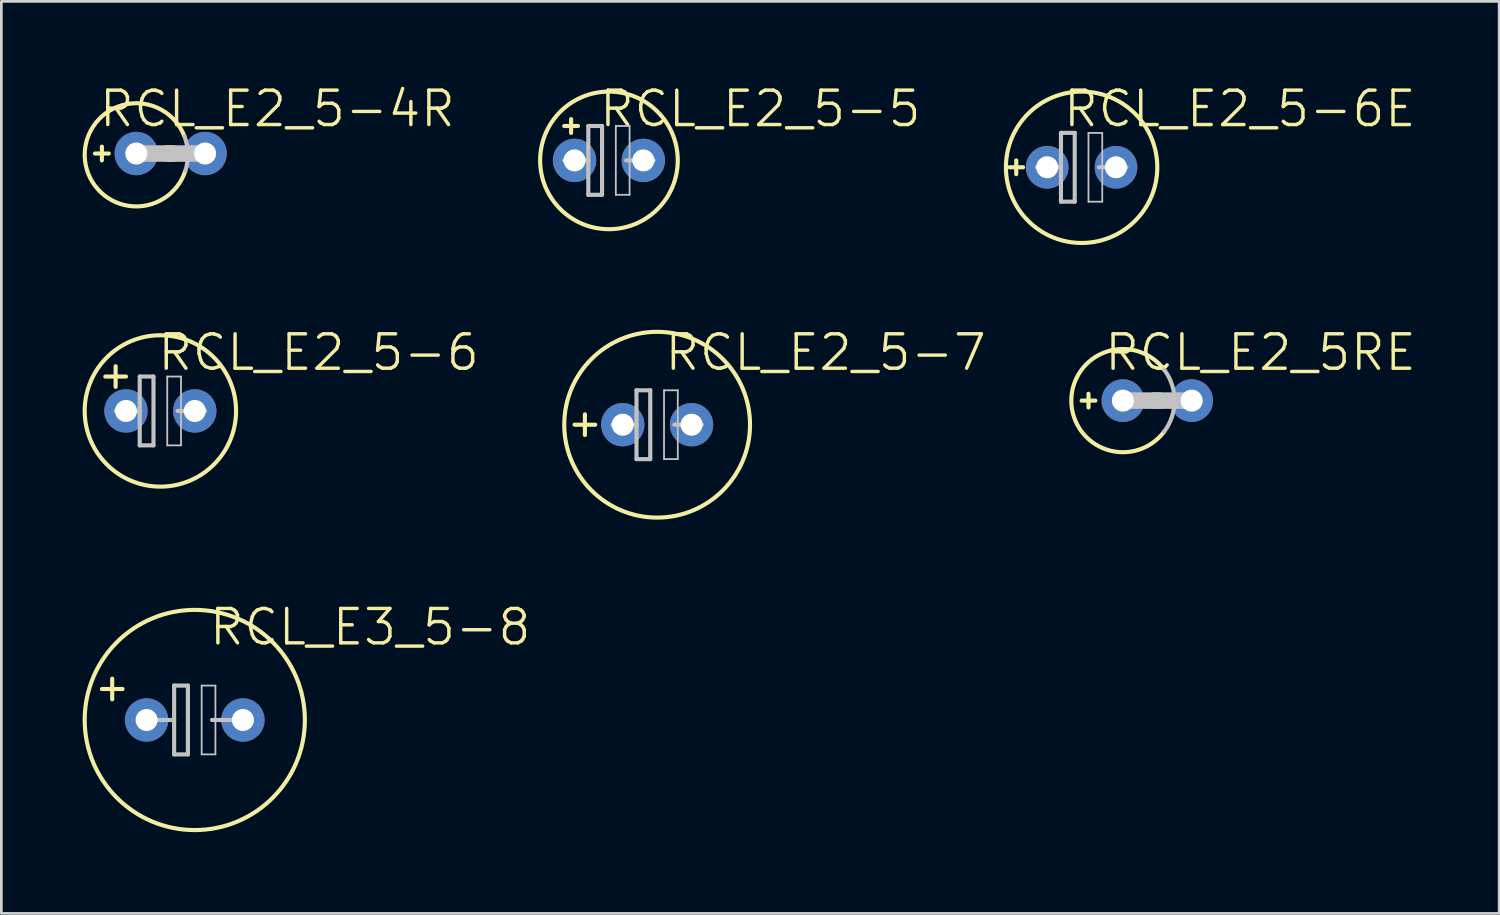
<source format=kicad_pcb>
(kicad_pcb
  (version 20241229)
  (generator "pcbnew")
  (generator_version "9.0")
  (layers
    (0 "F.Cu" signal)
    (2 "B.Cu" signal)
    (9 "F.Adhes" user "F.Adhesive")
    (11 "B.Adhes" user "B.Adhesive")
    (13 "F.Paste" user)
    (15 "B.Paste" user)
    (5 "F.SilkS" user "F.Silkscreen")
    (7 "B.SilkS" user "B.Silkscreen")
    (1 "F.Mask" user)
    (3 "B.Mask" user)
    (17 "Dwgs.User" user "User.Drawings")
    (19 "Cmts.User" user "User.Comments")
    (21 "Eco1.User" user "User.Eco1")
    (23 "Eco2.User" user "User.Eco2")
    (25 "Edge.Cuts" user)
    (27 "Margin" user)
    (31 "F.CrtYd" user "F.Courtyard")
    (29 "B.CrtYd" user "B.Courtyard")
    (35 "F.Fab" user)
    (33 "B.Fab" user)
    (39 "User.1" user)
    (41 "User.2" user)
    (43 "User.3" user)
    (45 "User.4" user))
  (footprint "RCL_E2_5-6E"
    (layer "F.Cu")
    (at 36.877 3.125)
    (property "Reference" "RCL_E2_5-6E" (at 5.842 -2.159 0) (layer "F.SilkS") (effects (font (size 1.27 1.27) (thickness 0.127))))
    (attr exclude_from_pos_files exclude_from_bom)
    (fp_line (start -2.413 0.254) (end -2.413 -0.254) (stroke (width 0.152) (type solid)) (layer "F.SilkS"))
    (fp_line (start -2.159 0) (end -2.667 0) (stroke (width 0.152) (type solid)) (layer "F.SilkS"))
    (fp_circle (center 0 0) (end 0 -2.794) (stroke (width 0.152) (type solid)) (fill no) (layer "F.SilkS"))
    (fp_line (start -1.651 0) (end -0.762 0) (stroke (width 0.152) (type solid)) (layer "Dwgs.User"))
    (fp_line (start -0.762 -1.27) (end -0.762 0) (stroke (width 0.152) (type solid)) (layer "Dwgs.User"))
    (fp_line (start -0.762 0) (end -0.762 1.27) (stroke (width 0.152) (type solid)) (layer "Dwgs.User"))
    (fp_line (start -0.762 1.27) (end -0.254 1.27) (stroke (width 0.152) (type solid)) (layer "Dwgs.User"))
    (fp_line (start -0.254 -1.27) (end -0.762 -1.27) (stroke (width 0.152) (type solid)) (layer "Dwgs.User"))
    (fp_line (start -0.254 1.27) (end -0.254 -1.27) (stroke (width 0.152) (type solid)) (layer "Dwgs.User"))
    (fp_line (start 0.254 -1.27) (end 0.762 -1.27) (stroke (width 0.066) (type solid)) (layer "Dwgs.User"))
    (fp_line (start 0.254 1.27) (end 0.254 -1.27) (stroke (width 0.066) (type solid)) (layer "Dwgs.User"))
    (fp_line (start 0.254 1.27) (end 0.762 1.27) (stroke (width 0.066) (type solid)) (layer "Dwgs.User"))
    (fp_line (start 0.635 0) (end 1.651 0) (stroke (width 0.152) (type solid)) (layer "Dwgs.User"))
    (fp_line (start 0.762 1.27) (end 0.762 -1.27) (stroke (width 0.066) (type solid)) (layer "Dwgs.User"))
    (pad "+" thru_hole circle (at -1.27 0) (size 1.575 1.575) (drill 0.813) (layers "*.Cu" "*.Paste" "*.Mask"))
    (pad "-" thru_hole circle (at 1.27 0) (size 1.575 1.575) (drill 0.813) (layers "*.Cu" "*.Paste" "*.Mask")))
  (footprint "RCL_E2_5-7"
    (layer "F.Cu")
    (at 21.208 12.628)
    (property "Reference" "RCL_E2_5-7" (at 6.223 -2.667 0) (layer "F.SilkS") (effects (font (size 1.27 1.27) (thickness 0.127))))
    (attr exclude_from_pos_files exclude_from_bom)
    (fp_line (start -3.048 0) (end -2.286 0) (stroke (width 0.152) (type solid)) (layer "F.SilkS"))
    (fp_line (start -2.667 0.381) (end -2.667 -0.381) (stroke (width 0.152) (type solid)) (layer "F.SilkS"))
    (fp_circle (center 0 0) (end 0 -3.429) (stroke (width 0.152) (type solid)) (fill no) (layer "F.SilkS"))
    (fp_line (start -1.651 0) (end -0.762 0) (stroke (width 0.152) (type solid)) (layer "Dwgs.User"))
    (fp_line (start -0.762 -1.27) (end -0.762 0) (stroke (width 0.152) (type solid)) (layer "Dwgs.User"))
    (fp_line (start -0.762 0) (end -0.762 1.27) (stroke (width 0.152) (type solid)) (layer "Dwgs.User"))
    (fp_line (start -0.762 1.27) (end -0.254 1.27) (stroke (width 0.152) (type solid)) (layer "Dwgs.User"))
    (fp_line (start -0.254 -1.27) (end -0.762 -1.27) (stroke (width 0.152) (type solid)) (layer "Dwgs.User"))
    (fp_line (start -0.254 1.27) (end -0.254 -1.27) (stroke (width 0.152) (type solid)) (layer "Dwgs.User"))
    (fp_line (start 0.254 -1.27) (end 0.762 -1.27) (stroke (width 0.066) (type solid)) (layer "Dwgs.User"))
    (fp_line (start 0.254 1.27) (end 0.254 -1.27) (stroke (width 0.066) (type solid)) (layer "Dwgs.User"))
    (fp_line (start 0.254 1.27) (end 0.762 1.27) (stroke (width 0.066) (type solid)) (layer "Dwgs.User"))
    (fp_line (start 0.635 0) (end 1.651 0) (stroke (width 0.152) (type solid)) (layer "Dwgs.User"))
    (fp_line (start 0.762 1.27) (end 0.762 -1.27) (stroke (width 0.066) (type solid)) (layer "Dwgs.User"))
    (pad "+" thru_hole circle (at -1.27 0) (size 1.6 1.6) (drill 0.813) (layers "*.Cu" "*.Paste" "*.Mask"))
    (pad "-" thru_hole circle (at 1.27 0) (size 1.6 1.6) (drill 0.813) (layers "*.Cu" "*.Paste" "*.Mask")))
  (footprint "RCL_E2_5-4R"
    (layer "F.Cu")
    (at 3.251 2.617)
    (property "Reference" "RCL_E2_5-4R" (at 3.937 -1.651 0) (layer "F.SilkS") (effects (font (size 1.27 1.27) (thickness 0.127))))
    (attr exclude_from_pos_files exclude_from_bom)
    (fp_line (start -2.794 0) (end -2.286 0) (stroke (width 0.152) (type solid)) (layer "F.SilkS"))
    (fp_line (start -2.54 0.254) (end -2.54 -0.254) (stroke (width 0.152) (type solid)) (layer "F.SilkS"))
    (fp_line (start -0.127 0) (end 0.076 0) (stroke (width 0.61) (type solid)) (layer "F.SilkS"))
    (fp_arc (start 0.53848 0.64516) (mid -3.173884 0.094265) (end 0.50754 -0.635291) (stroke (width 0.1524) (type solid)) (layer "F.SilkS"))
    (fp_line (start 1.27 0) (end -1.27 0) (stroke (width 0.61) (type solid)) (layer "Dwgs.User"))
    (fp_arc (start 0.508 -0.635) (mid 0.634179 0.001023) (end 0.539692 0.64252) (stroke (width 0.1524) (type solid)) (layer "Dwgs.User"))
    (pad "+" thru_hole circle (at -1.27 0) (size 1.6 1.6) (drill 0.813) (layers "*.Cu" "*.Paste" "*.Mask"))
    (pad "-" thru_hole circle (at 1.27 0) (size 1.6 1.6) (drill 0.813) (layers "*.Cu" "*.Paste" "*.Mask")))
  (footprint "RCL_E2_5-5"
    (layer "F.Cu")
    (at 19.429 2.871)
    (property "Reference" "RCL_E2_5-5" (at 5.588 -1.905 0) (layer "F.SilkS") (effects (font (size 1.27 1.27) (thickness 0.127))))
    (attr exclude_from_pos_files exclude_from_bom)
    (fp_line (start -1.651 -1.27) (end -1.397 -1.27) (stroke (width 0.152) (type solid)) (layer "F.SilkS"))
    (fp_line (start -1.397 -1.27) (end -1.397 -1.524) (stroke (width 0.152) (type solid)) (layer "F.SilkS"))
    (fp_line (start -1.397 -1.27) (end -1.143 -1.27) (stroke (width 0.152) (type solid)) (layer "F.SilkS"))
    (fp_line (start -1.397 -1.016) (end -1.397 -1.27) (stroke (width 0.152) (type solid)) (layer "F.SilkS"))
    (fp_circle (center 0 0) (end 0 -2.54) (stroke (width 0.152) (type solid)) (fill no) (layer "F.SilkS"))
    (fp_line (start -1.651 0) (end -0.762 0) (stroke (width 0.152) (type solid)) (layer "Dwgs.User"))
    (fp_line (start -0.762 -1.27) (end -0.762 0) (stroke (width 0.152) (type solid)) (layer "Dwgs.User"))
    (fp_line (start -0.762 0) (end -0.762 1.27) (stroke (width 0.152) (type solid)) (layer "Dwgs.User"))
    (fp_line (start -0.762 1.27) (end -0.254 1.27) (stroke (width 0.152) (type solid)) (layer "Dwgs.User"))
    (fp_line (start -0.254 -1.27) (end -0.762 -1.27) (stroke (width 0.152) (type solid)) (layer "Dwgs.User"))
    (fp_line (start -0.254 1.27) (end -0.254 -1.27) (stroke (width 0.152) (type solid)) (layer "Dwgs.User"))
    (fp_line (start 0.254 -1.27) (end 0.762 -1.27) (stroke (width 0.066) (type solid)) (layer "Dwgs.User"))
    (fp_line (start 0.254 1.27) (end 0.254 -1.27) (stroke (width 0.066) (type solid)) (layer "Dwgs.User"))
    (fp_line (start 0.254 1.27) (end 0.762 1.27) (stroke (width 0.066) (type solid)) (layer "Dwgs.User"))
    (fp_line (start 0.635 0) (end 1.651 0) (stroke (width 0.152) (type solid)) (layer "Dwgs.User"))
    (fp_line (start 0.762 1.27) (end 0.762 -1.27) (stroke (width 0.066) (type solid)) (layer "Dwgs.User"))
    (pad "+" thru_hole circle (at -1.27 0) (size 1.6 1.6) (drill 0.813) (layers "*.Cu" "*.Paste" "*.Mask"))
    (pad "-" thru_hole circle (at 1.27 0) (size 1.6 1.6) (drill 0.813) (layers "*.Cu" "*.Paste" "*.Mask")))
  (footprint "RCL_E2_5-6"
    (layer "F.Cu")
    (at 2.87 12.12)
    (property "Reference" "RCL_E2_5-6" (at 5.842 -2.159 0) (layer "F.SilkS") (effects (font (size 1.27 1.27) (thickness 0.127))))
    (attr exclude_from_pos_files exclude_from_bom)
    (fp_line (start -2.032 -1.27) (end -1.651 -1.27) (stroke (width 0.152) (type solid)) (layer "F.SilkS"))
    (fp_line (start -1.651 -1.27) (end -1.651 -1.651) (stroke (width 0.152) (type solid)) (layer "F.SilkS"))
    (fp_line (start -1.651 -1.27) (end -1.27 -1.27) (stroke (width 0.152) (type solid)) (layer "F.SilkS"))
    (fp_line (start -1.651 -0.889) (end -1.651 -1.27) (stroke (width 0.152) (type solid)) (layer "F.SilkS"))
    (fp_circle (center 0 0) (end 0 -2.794) (stroke (width 0.152) (type solid)) (fill no) (layer "F.SilkS"))
    (fp_line (start -1.651 0) (end -0.762 0) (stroke (width 0.152) (type solid)) (layer "Dwgs.User"))
    (fp_line (start -0.762 -1.27) (end -0.762 0) (stroke (width 0.152) (type solid)) (layer "Dwgs.User"))
    (fp_line (start -0.762 0) (end -0.762 1.27) (stroke (width 0.152) (type solid)) (layer "Dwgs.User"))
    (fp_line (start -0.762 1.27) (end -0.254 1.27) (stroke (width 0.152) (type solid)) (layer "Dwgs.User"))
    (fp_line (start -0.254 -1.27) (end -0.762 -1.27) (stroke (width 0.152) (type solid)) (layer "Dwgs.User"))
    (fp_line (start -0.254 1.27) (end -0.254 -1.27) (stroke (width 0.152) (type solid)) (layer "Dwgs.User"))
    (fp_line (start 0.254 -1.27) (end 0.762 -1.27) (stroke (width 0.066) (type solid)) (layer "Dwgs.User"))
    (fp_line (start 0.254 1.27) (end 0.254 -1.27) (stroke (width 0.066) (type solid)) (layer "Dwgs.User"))
    (fp_line (start 0.254 1.27) (end 0.762 1.27) (stroke (width 0.066) (type solid)) (layer "Dwgs.User"))
    (fp_line (start 0.635 0) (end 1.651 0) (stroke (width 0.152) (type solid)) (layer "Dwgs.User"))
    (fp_line (start 0.762 1.27) (end 0.762 -1.27) (stroke (width 0.066) (type solid)) (layer "Dwgs.User"))
    (pad "+" thru_hole circle (at -1.27 0) (size 1.6 1.6) (drill 0.813) (layers "*.Cu" "*.Paste" "*.Mask"))
    (pad "-" thru_hole circle (at 1.27 0) (size 1.6 1.6) (drill 0.813) (layers "*.Cu" "*.Paste" "*.Mask")))
  (footprint "RCL_E3_5-8"
    (layer "F.Cu")
    (at 4.14 23.528)
    (property "Reference" "RCL_E3_5-8" (at 6.477 -3.429 0) (layer "F.SilkS") (effects (font (size 1.27 1.27) (thickness 0.127))))
    (attr exclude_from_pos_files exclude_from_bom)
    (fp_line (start -3.429 -1.143) (end -2.667 -1.143) (stroke (width 0.152) (type solid)) (layer "F.SilkS"))
    (fp_line (start -3.048 -0.762) (end -3.048 -1.524) (stroke (width 0.152) (type solid)) (layer "F.SilkS"))
    (fp_circle (center 0 0) (end 0 -4.064) (stroke (width 0.152) (type solid)) (fill no) (layer "F.SilkS"))
    (fp_line (start -1.651 0) (end -0.762 0) (stroke (width 0.152) (type solid)) (layer "Dwgs.User"))
    (fp_line (start -0.762 -1.27) (end -0.762 0) (stroke (width 0.152) (type solid)) (layer "Dwgs.User"))
    (fp_line (start -0.762 0) (end -0.762 1.27) (stroke (width 0.152) (type solid)) (layer "Dwgs.User"))
    (fp_line (start -0.762 1.27) (end -0.254 1.27) (stroke (width 0.152) (type solid)) (layer "Dwgs.User"))
    (fp_line (start -0.254 -1.27) (end -0.762 -1.27) (stroke (width 0.152) (type solid)) (layer "Dwgs.User"))
    (fp_line (start -0.254 1.27) (end -0.254 -1.27) (stroke (width 0.152) (type solid)) (layer "Dwgs.User"))
    (fp_line (start 0.254 -1.27) (end 0.762 -1.27) (stroke (width 0.066) (type solid)) (layer "Dwgs.User"))
    (fp_line (start 0.254 1.27) (end 0.254 -1.27) (stroke (width 0.066) (type solid)) (layer "Dwgs.User"))
    (fp_line (start 0.254 1.27) (end 0.762 1.27) (stroke (width 0.066) (type solid)) (layer "Dwgs.User"))
    (fp_line (start 0.635 0) (end 1.651 0) (stroke (width 0.152) (type solid)) (layer "Dwgs.User"))
    (fp_line (start 0.762 1.27) (end 0.762 -1.27) (stroke (width 0.066) (type solid)) (layer "Dwgs.User"))
    (pad "+" thru_hole circle (at -1.778 0) (size 1.6 1.6) (drill 0.813) (layers "*.Cu" "*.Paste" "*.Mask"))
    (pad "-" thru_hole circle (at 1.778 0) (size 1.6 1.6) (drill 0.813) (layers "*.Cu" "*.Paste" "*.Mask")))
  (footprint "RCL_E2_5RE"
    (layer "F.Cu")
    (at 39.672 11.739)
    (property "Reference" "RCL_E2_5RE" (at 3.81 -1.778 0) (layer "F.SilkS") (effects (font (size 1.27 1.27) (thickness 0.127))))
    (attr exclude_from_pos_files exclude_from_bom)
    (fp_line (start -2.794 0) (end -2.286 0) (stroke (width 0.152) (type solid)) (layer "F.SilkS"))
    (fp_line (start -2.54 0.254) (end -2.54 -0.254) (stroke (width 0.152) (type solid)) (layer "F.SilkS"))
    (fp_line (start -0.127 0) (end 0.076 0) (stroke (width 0.61) (type solid)) (layer "F.SilkS"))
    (fp_arc (start 0.254 1.143) (mid -3.175 0.001001) (end 0.252798 -1.144601) (stroke (width 0.1524) (type solid)) (layer "F.SilkS"))
    (fp_line (start 1.27 0) (end -1.27 0) (stroke (width 0.61) (type solid)) (layer "Dwgs.User"))
    (fp_arc (start 0.254 -1.143) (mid 0.635 -0.000662) (end 0.254794 1.141941) (stroke (width 0.1524) (type solid)) (layer "Dwgs.User"))
    (pad "+" thru_hole circle (at -1.27 0) (size 1.575 1.575) (drill 0.813) (layers "*.Cu" "*.Paste" "*.Mask"))
    (pad "-" thru_hole circle (at 1.27 0) (size 1.575 1.575) (drill 0.813) (layers "*.Cu" "*.Paste" "*.Mask")))
  (gr_rect
    (start -3 -3)
    (end 52.291 30.668)
    (stroke (width 0.1) (type default))
    (fill no)
    (layer "Edge.Cuts")))
</source>
